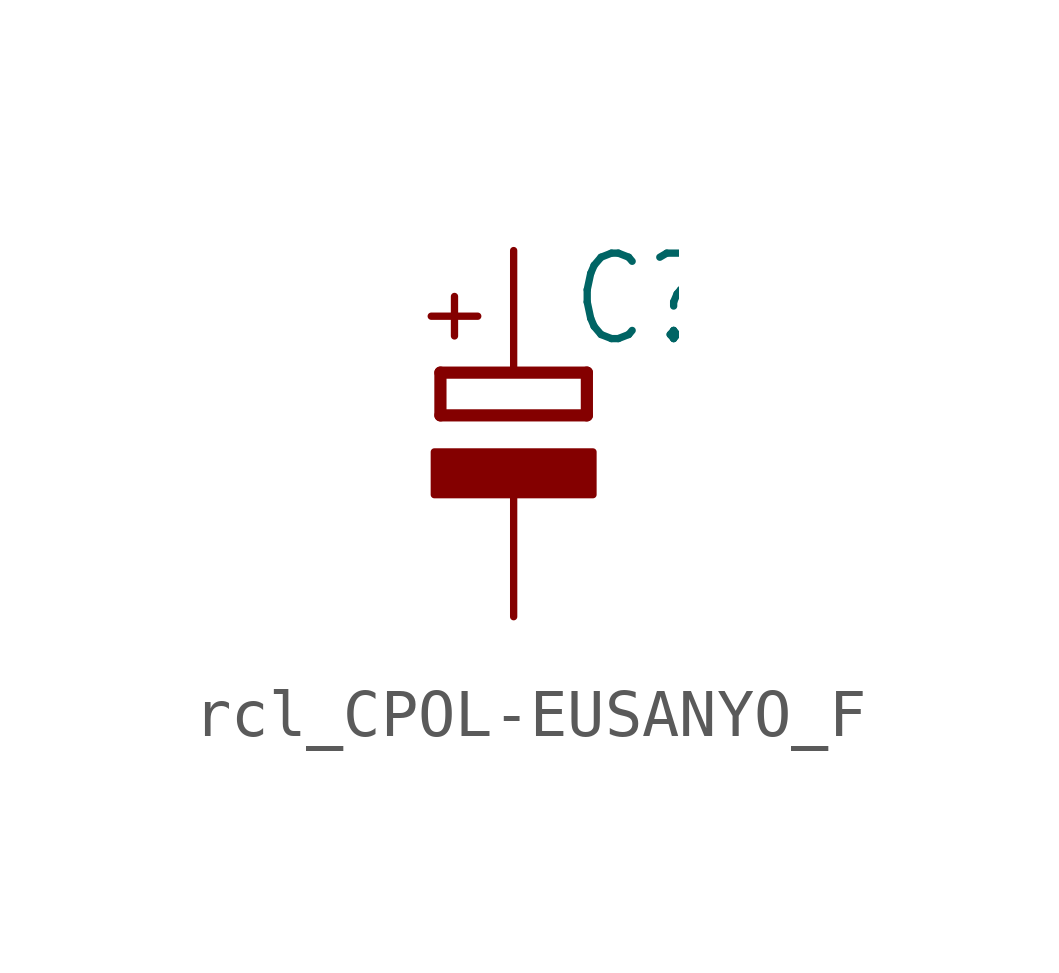
<source format=kicad_sym>
(kicad_symbol_lib
  (version 20231120)
  (generator "kicad_symbol_editor")
  (generator_version "8.0")
  (symbol "rcl_CPOL-EUSANYO_F"
    (property "Reference" "C"
      (at 1.143 0.483 0)
      (effects (font (size 1.778 1.511)) (justify left bottom)))
    (property "Value" ""
      (at 1.143 -4.597 0)
      (effects (font (size 1.778 1.511)) (justify left bottom)))
    (property "ki_locked" ""
      (at 0 0 0)
      (effects (font (size 1.27 1.27))))
    (symbol "rcl_CPOL-EUSANYO_F_1_0"
      (rectangle (start -1.651 -2.54) (end 1.651 -1.651) (stroke (width 0) (type default)) (fill (type outline)))
      (polyline (pts (xy -1.524 -0.889) (xy 1.524 -0.889)) (stroke (width 0.254) (type solid)) (fill (type none)))
      (polyline (pts (xy -1.524 0) (xy -1.524 -0.889)) (stroke (width 0.254) (type solid)) (fill (type none)))
      (polyline (pts (xy -1.524 0) (xy 1.524 0)) (stroke (width 0.254) (type solid)) (fill (type none)))
      (polyline (pts (xy 1.524 -0.889) (xy 1.524 0)) (stroke (width 0.254) (type solid)) (fill (type none)))
      (text "+" (at -0.584 0.406 900) (effects (font (size 1.27 1.079)) (justify left bottom)))
      (pin passive line (at 0 2.54 270) (length 2.54) (name "+" (effects (font (size 0 0)))) (number "+" (effects (font (size 0 0)))))
      (pin passive line (at 0 -5.08 90) (length 2.54) (name "-" (effects (font (size 0 0)))) (number "-" (effects (font (size 0 0))))))))
</source>
